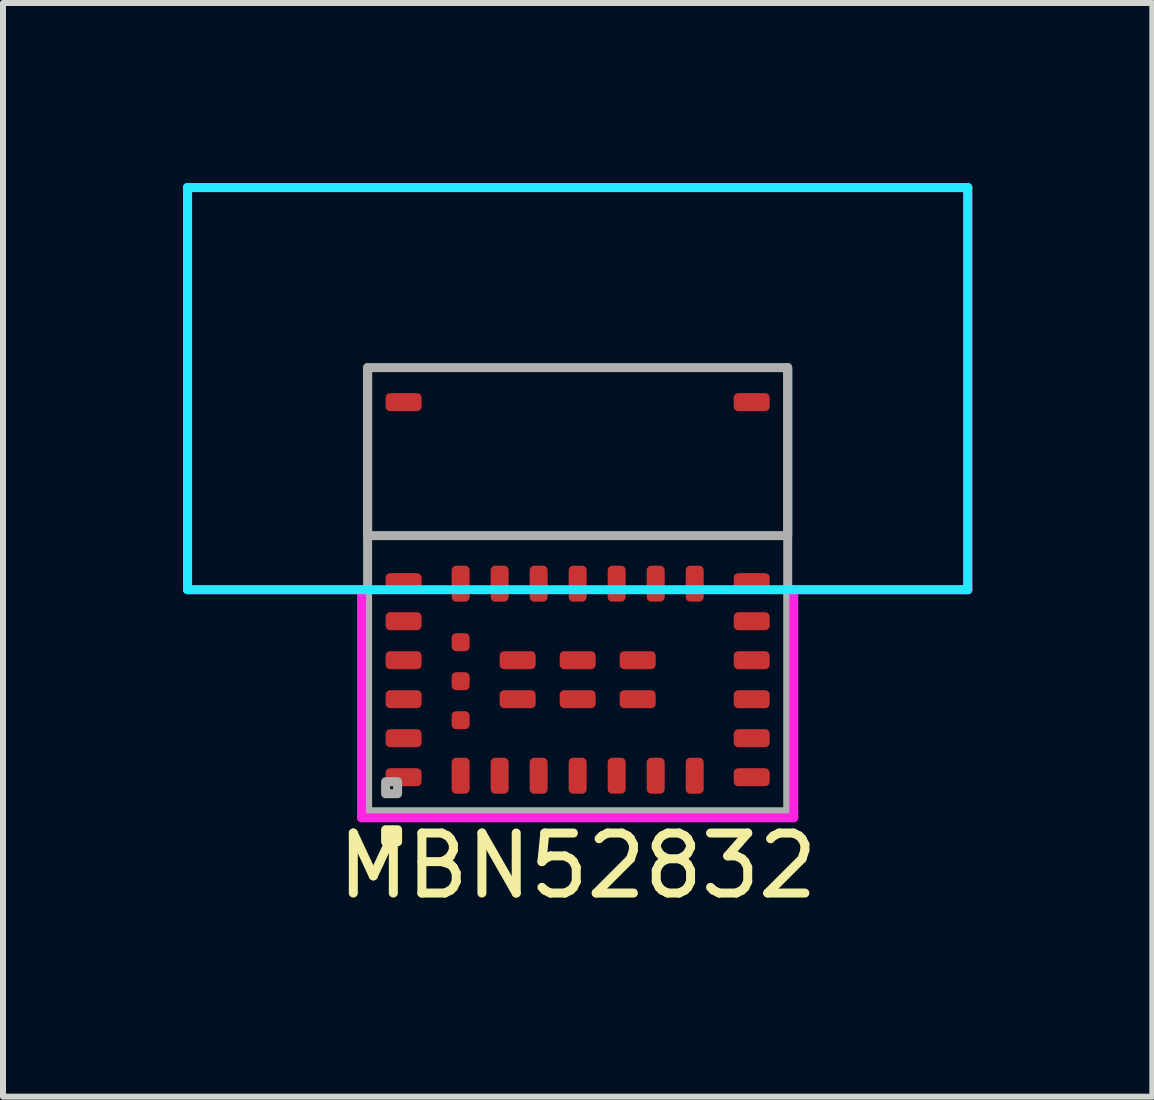
<source format=kicad_pcb>
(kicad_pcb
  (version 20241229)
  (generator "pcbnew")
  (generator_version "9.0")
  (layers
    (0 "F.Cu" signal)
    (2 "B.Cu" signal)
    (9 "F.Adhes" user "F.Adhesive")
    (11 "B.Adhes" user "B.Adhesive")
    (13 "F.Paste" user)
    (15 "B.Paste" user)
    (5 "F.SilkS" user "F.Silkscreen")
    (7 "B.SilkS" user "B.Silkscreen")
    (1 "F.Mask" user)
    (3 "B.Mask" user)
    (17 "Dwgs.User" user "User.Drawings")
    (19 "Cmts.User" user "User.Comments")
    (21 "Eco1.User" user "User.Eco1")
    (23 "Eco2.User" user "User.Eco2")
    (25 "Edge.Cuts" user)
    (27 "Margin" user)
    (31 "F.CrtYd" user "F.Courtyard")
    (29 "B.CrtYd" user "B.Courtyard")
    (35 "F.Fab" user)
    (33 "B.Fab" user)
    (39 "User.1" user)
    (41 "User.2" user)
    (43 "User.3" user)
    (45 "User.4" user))
  (footprint "MBN52832"
    (layer "F.Cu")
    (at 6.575 6.775)
    (property "Reference" "MBN52832" (at 0 4.6 0) (layer "F.SilkS") (effects (font (size 1 1) (thickness 0.15))))
    (attr through_hole)
    (fp_poly (pts (xy -3.2 4) (xy -3.2 4.2) (xy -3 4.2) (xy -3 4)) (stroke (width 0.15) (type solid)) (fill yes) (layer "F.SilkS"))
    (fp_line (start -6.5 -6.7) (end -6.5 0) (stroke (width 0.15) (type solid)) (layer "B.CrtYd"))
    (fp_line (start 6.5 -6.7) (end -6.5 -6.7) (stroke (width 0.15) (type solid)) (layer "B.CrtYd"))
    (fp_line (start 6.5 0) (end -6.5 0) (stroke (width 0.15) (type solid)) (layer "B.CrtYd"))
    (fp_line (start 6.5 0) (end 6.5 -6.7) (stroke (width 0.15) (type solid)) (layer "B.CrtYd"))
    (fp_line (start -6.5 -6.7) (end -6.5 0) (stroke (width 0.15) (type solid)) (layer "F.CrtYd"))
    (fp_line (start -3.6 0) (end -6.5 0) (stroke (width 0.15) (type solid)) (layer "F.CrtYd"))
    (fp_line (start -3.6 3.8) (end -3.6 0) (stroke (width 0.15) (type solid)) (layer "F.CrtYd"))
    (fp_line (start -3.6 3.8) (end 3.6 3.8) (stroke (width 0.15) (type solid)) (layer "F.CrtYd"))
    (fp_line (start 3.6 0) (end 3.6 3.8) (stroke (width 0.15) (type solid)) (layer "F.CrtYd"))
    (fp_line (start 6.5 -6.7) (end -6.5 -6.7) (stroke (width 0.15) (type solid)) (layer "F.CrtYd"))
    (fp_line (start 6.5 0) (end 3.6 0) (stroke (width 0.15) (type solid)) (layer "F.CrtYd"))
    (fp_line (start 6.5 0) (end 6.5 -6.7) (stroke (width 0.15) (type solid)) (layer "F.CrtYd"))
    (fp_line (start -3.5 -3.7) (end -3.5 3.7) (stroke (width 0.15) (type solid)) (layer "F.Fab"))
    (fp_line (start -3.5 3.7) (end 3.5 3.7) (stroke (width 0.15) (type solid)) (layer "F.Fab"))
    (fp_line (start 3.5 -3.7) (end -3.5 -3.7) (stroke (width 0.05) (type solid)) (layer "F.Fab"))
    (fp_line (start 3.5 3.7) (end 3.5 -3.7) (stroke (width 0.15) (type solid)) (layer "F.Fab"))
    (fp_poly (pts (xy -3.5 -3.7) (xy -3.5 -0.9) (xy 3.5 -0.9) (xy 3.5 -3.7)) (stroke (width 0.15) (type solid)) (fill no) (layer "F.Fab"))
    (fp_poly (pts (xy -3.2 3.2) (xy -3.2 3.4) (xy -3 3.4) (xy -3 3.2)) (stroke (width 0.15) (type solid)) (fill no) (layer "F.Fab"))
    (pad "1" smd roundrect (at -1.95 3.1) (size 0.3 0.6) (layers "F.Cu" "F.Mask" "F.Paste") (roundrect_rratio 0.25))
    (pad "2" smd roundrect (at -1.3 3.1) (size 0.3 0.6) (layers "F.Cu" "F.Mask" "F.Paste") (roundrect_rratio 0.25))
    (pad "3" smd roundrect (at -0.65 3.1) (size 0.3 0.6) (layers "F.Cu" "F.Mask" "F.Paste") (roundrect_rratio 0.25))
    (pad "4" smd roundrect (at 0 3.1) (size 0.3 0.6) (layers "F.Cu" "F.Mask" "F.Paste") (roundrect_rratio 0.25))
    (pad "5" smd roundrect (at 0.65 3.1) (size 0.3 0.6) (layers "F.Cu" "F.Mask" "F.Paste") (roundrect_rratio 0.25))
    (pad "6" smd roundrect (at 1.3 3.1) (size 0.3 0.6) (layers "F.Cu" "F.Mask" "F.Paste") (roundrect_rratio 0.25))
    (pad "7" smd roundrect (at 1.95 3.1) (size 0.3 0.6) (layers "F.Cu" "F.Mask" "F.Paste") (roundrect_rratio 0.25))
    (pad "8" smd roundrect (at 2.9 3.125 90) (size 0.3 0.6) (layers "F.Cu" "F.Mask" "F.Paste") (roundrect_rratio 0.25))
    (pad "9" smd roundrect (at 2.9 2.475 90) (size 0.3 0.6) (layers "F.Cu" "F.Mask" "F.Paste") (roundrect_rratio 0.25))
    (pad "10" smd roundrect (at 2.9 1.825 90) (size 0.3 0.6) (layers "F.Cu" "F.Mask" "F.Paste") (roundrect_rratio 0.25))
    (pad "11" smd roundrect (at 2.9 1.175 90) (size 0.3 0.6) (layers "F.Cu" "F.Mask" "F.Paste") (roundrect_rratio 0.25))
    (pad "12" smd roundrect (at 2.9 0.525 90) (size 0.3 0.6) (layers "F.Cu" "F.Mask" "F.Paste") (roundrect_rratio 0.25))
    (pad "13" smd roundrect (at 2.9 -0.125 90) (size 0.3 0.6) (layers "F.Cu" "F.Mask" "F.Paste") (roundrect_rratio 0.25))
    (pad "14" smd roundrect (at 1.95 -0.1) (size 0.3 0.6) (layers "F.Cu" "F.Mask" "F.Paste") (roundrect_rratio 0.25))
    (pad "15" smd roundrect (at 1.3 -0.1) (size 0.3 0.6) (layers "F.Cu" "F.Mask" "F.Paste") (roundrect_rratio 0.25))
    (pad "16" smd roundrect (at 0.65 -0.1) (size 0.3 0.6) (layers "F.Cu" "F.Mask" "F.Paste") (roundrect_rratio 0.25))
    (pad "17" smd roundrect (at 0 -0.1) (size 0.3 0.6) (layers "F.Cu" "F.Mask" "F.Paste") (roundrect_rratio 0.25))
    (pad "18" smd roundrect (at -0.65 -0.1) (size 0.3 0.6) (layers "F.Cu" "F.Mask" "F.Paste") (roundrect_rratio 0.25))
    (pad "19" smd roundrect (at -1.3 -0.1) (size 0.3 0.6) (layers "F.Cu" "F.Mask" "F.Paste") (roundrect_rratio 0.25))
    (pad "20" smd roundrect (at -1.95 -0.1) (size 0.3 0.6) (layers "F.Cu" "F.Mask" "F.Paste") (roundrect_rratio 0.25))
    (pad "21" smd roundrect (at -2.9 -0.125 90) (size 0.3 0.6) (layers "F.Cu" "F.Mask" "F.Paste") (roundrect_rratio 0.25))
    (pad "22" smd roundrect (at -2.9 0.525 90) (size 0.3 0.6) (layers "F.Cu" "F.Mask" "F.Paste") (roundrect_rratio 0.25))
    (pad "23" smd roundrect (at -2.9 1.175 90) (size 0.3 0.6) (layers "F.Cu" "F.Mask" "F.Paste") (roundrect_rratio 0.25))
    (pad "24" smd roundrect (at -2.9 1.825 90) (size 0.3 0.6) (layers "F.Cu" "F.Mask" "F.Paste") (roundrect_rratio 0.25))
    (pad "25" smd roundrect (at -2.9 2.475 90) (size 0.3 0.6) (layers "F.Cu" "F.Mask" "F.Paste") (roundrect_rratio 0.25))
    (pad "26" smd roundrect (at -2.9 3.125 90) (size 0.3 0.6) (layers "F.Cu" "F.Mask" "F.Paste") (roundrect_rratio 0.25))
    (pad "27" smd roundrect (at -1.95 0.875 90) (size 0.3 0.3) (layers "F.Cu" "F.Mask" "F.Paste") (roundrect_rratio 0.25))
    (pad "28" smd roundrect (at -1.95 1.525 90) (size 0.3 0.3) (layers "F.Cu" "F.Mask" "F.Paste") (roundrect_rratio 0.25))
    (pad "29" smd roundrect (at -1.95 2.175 90) (size 0.3 0.3) (layers "F.Cu" "F.Mask" "F.Paste") (roundrect_rratio 0.25))
    (pad "30" smd roundrect (at -1 1.175 90) (size 0.3 0.6) (layers "F.Cu" "F.Mask" "F.Paste") (roundrect_rratio 0.25))
    (pad "31" smd roundrect (at 0 1.175 90) (size 0.3 0.6) (layers "F.Cu" "F.Mask" "F.Paste") (roundrect_rratio 0.25))
    (pad "32" smd roundrect (at 1 1.175 90) (size 0.3 0.6) (layers "F.Cu" "F.Mask" "F.Paste") (roundrect_rratio 0.25))
    (pad "33" smd roundrect (at -1 1.825 90) (size 0.3 0.6) (layers "F.Cu" "F.Mask" "F.Paste") (roundrect_rratio 0.25))
    (pad "34" smd roundrect (at 0 1.825 90) (size 0.3 0.6) (layers "F.Cu" "F.Mask" "F.Paste") (roundrect_rratio 0.25))
    (pad "35" smd roundrect (at 1 1.825 90) (size 0.3 0.6) (layers "F.Cu" "F.Mask" "F.Paste") (roundrect_rratio 0.25))
    (pad "36" smd roundrect (at -2.9 -3.125 90) (size 0.3 0.6) (layers "F.Cu" "F.Mask" "F.Paste") (roundrect_rratio 0.25))
    (pad "37" smd roundrect (at 2.9 -3.125 90) (size 0.3 0.6) (layers "F.Cu" "F.Mask" "F.Paste") (roundrect_rratio 0.25)))
  (gr_rect
    (start -3 -3)
    (end 16.15 15.223)
    (stroke (width 0.1) (type default))
    (fill no)
    (layer "Edge.Cuts")))
</source>
